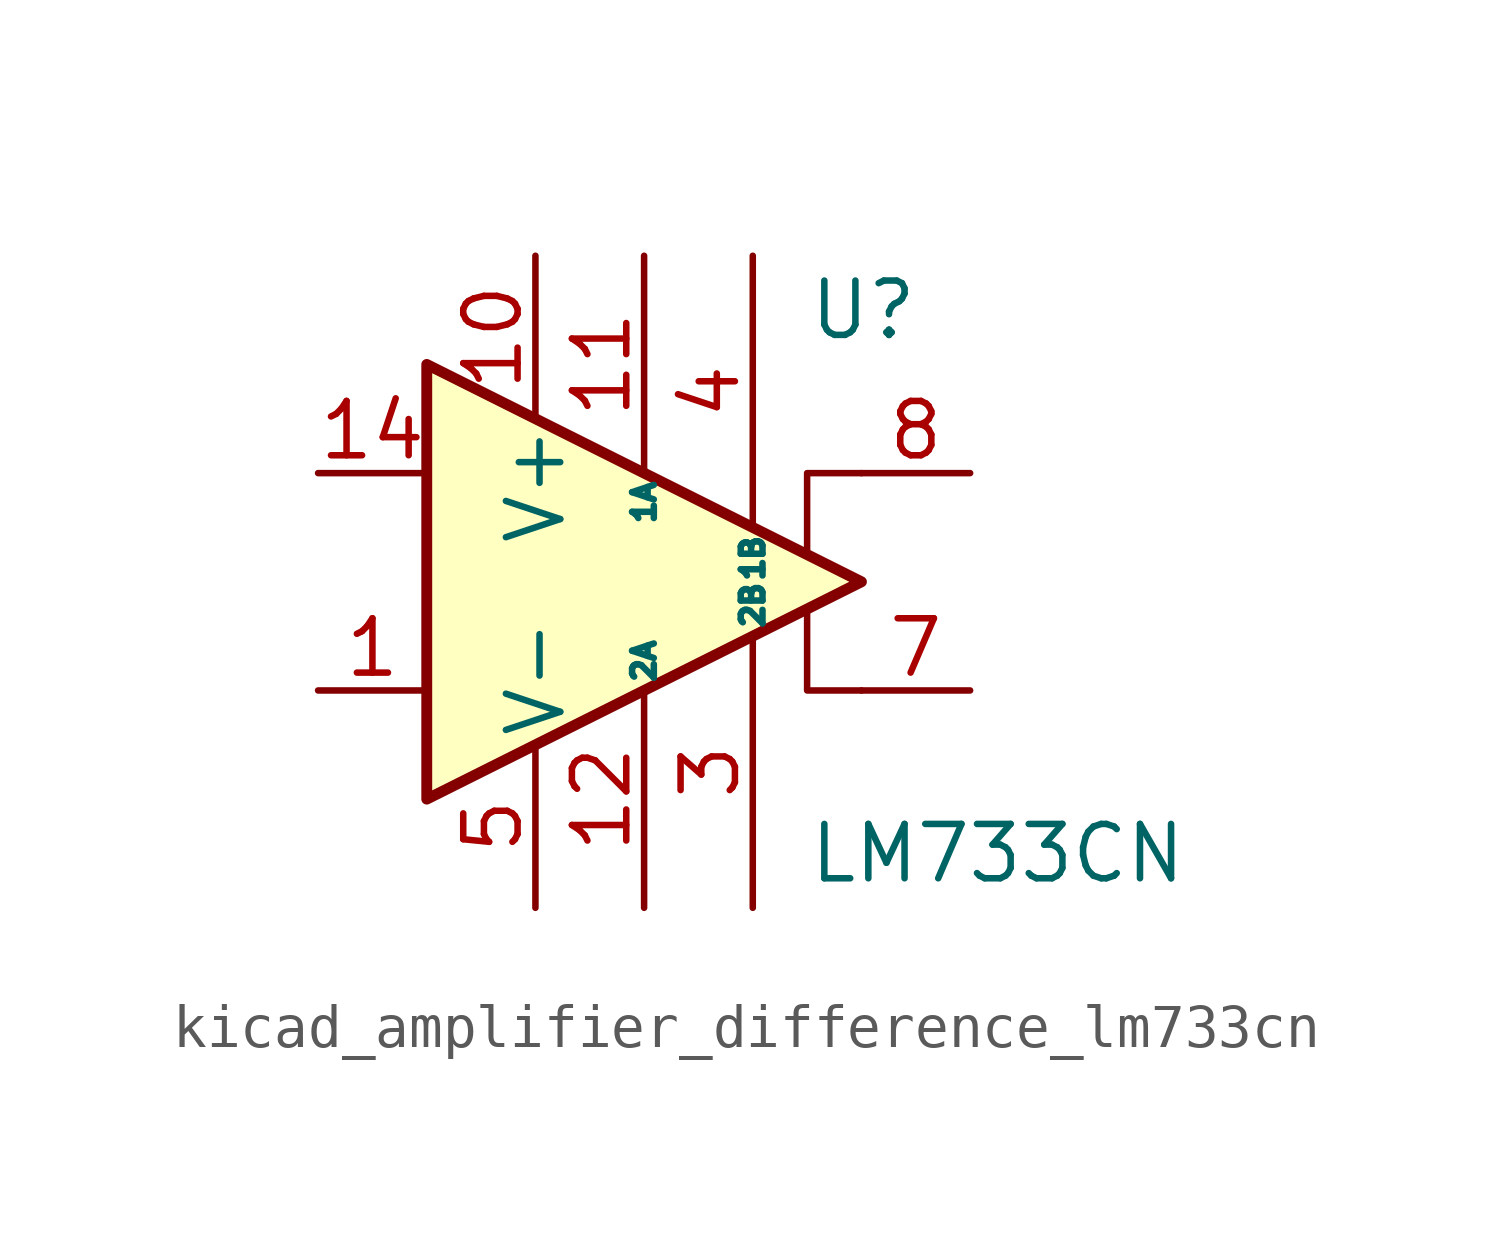
<source format=kicad_sym>
(kicad_symbol_lib
  (version 20220914)
  (generator kicad_symbol_editor)
  (symbol "kicad_amplifier_difference_lm733cn"
    (pin_names
      (offset 0.127))
    (property "Reference" "U"
      (at 3.81 6.35 0)
      (effects (font (size 1.27 1.27)) (justify left)))
    (property "Value" "LM733CN"
      (at 3.81 -6.35 0)
      (effects (font (size 1.27 1.27)) (justify left)))
    (symbol "kicad_amplifier_difference_lm733cn_0_1"
      (polyline (pts (xy 5.08 -2.54) (xy 3.81 -2.54) (xy 3.81 -0.635)) (stroke (width 0) (type default)) (fill (type none)))
      (polyline (pts (xy 5.08 2.54) (xy 3.81 2.54) (xy 3.81 0.635)) (stroke (width 0) (type default)) (fill (type none)))
      (polyline (pts (xy 5.08 0) (xy -5.08 5.08) (xy -5.08 -5.08) (xy 5.08 0)) (stroke (width 0.254) (type default)) (fill (type background))))
    (symbol "kicad_amplifier_difference_lm733cn_1_1"
      (pin input line (at -7.62 -2.54 0) (length 2.54) (name "~" (effects (font (size 1.27 1.27)))) (number "1" (effects (font (size 1.27 1.27)))))
      (pin power_in line (at -2.54 7.62 270) (length 3.81) (name "V+" (effects (font (size 1.27 1.27)))) (number "10" (effects (font (size 1.27 1.27)))))
      (pin passive line (at 0 7.62 270) (length 5.08) (name "1A" (effects (font (size 0.508 0.508)))) (number "11" (effects (font (size 1.27 1.27)))))
      (pin passive line (at 0 -7.62 90) (length 5.08) (name "2A" (effects (font (size 0.508 0.508)))) (number "12" (effects (font (size 1.27 1.27)))))
      (pin no_connect line (at -2.54 -3.81 90) (length 2.54) hide (name "NC" (effects (font (size 1.27 1.27)))) (number "13" (effects (font (size 1.27 1.27)))))
      (pin input line (at -7.62 2.54 0) (length 2.54) (name "~" (effects (font (size 1.27 1.27)))) (number "14" (effects (font (size 1.27 1.27)))))
      (pin no_connect line (at 2.54 1.27 270) (length 2.54) hide (name "NC" (effects (font (size 1.27 1.27)))) (number "2" (effects (font (size 1.27 1.27)))))
      (pin passive line (at 2.54 -7.62 90) (length 6.35) (name "2B" (effects (font (size 0.508 0.508)))) (number "3" (effects (font (size 1.27 1.27)))))
      (pin passive line (at 2.54 7.62 270) (length 6.35) (name "1B" (effects (font (size 0.508 0.508)))) (number "4" (effects (font (size 1.27 1.27)))))
      (pin power_in line (at -2.54 -7.62 90) (length 3.81) (name "V-" (effects (font (size 1.27 1.27)))) (number "5" (effects (font (size 1.27 1.27)))))
      (pin no_connect line (at 0 2.54 270) (length 2.54) hide (name "NC" (effects (font (size 1.27 1.27)))) (number "6" (effects (font (size 1.27 1.27)))))
      (pin output line (at 7.62 -2.54 180) (length 2.54) (name "~" (effects (font (size 1.27 1.27)))) (number "7" (effects (font (size 1.27 1.27)))))
      (pin output line (at 7.62 2.54 180) (length 2.54) (name "~" (effects (font (size 1.27 1.27)))) (number "8" (effects (font (size 1.27 1.27)))))
      (pin no_connect line (at 0 -2.54 90) (length 2.54) hide (name "NC" (effects (font (size 1.27 1.27)))) (number "9" (effects (font (size 1.27 1.27))))))))
</source>
